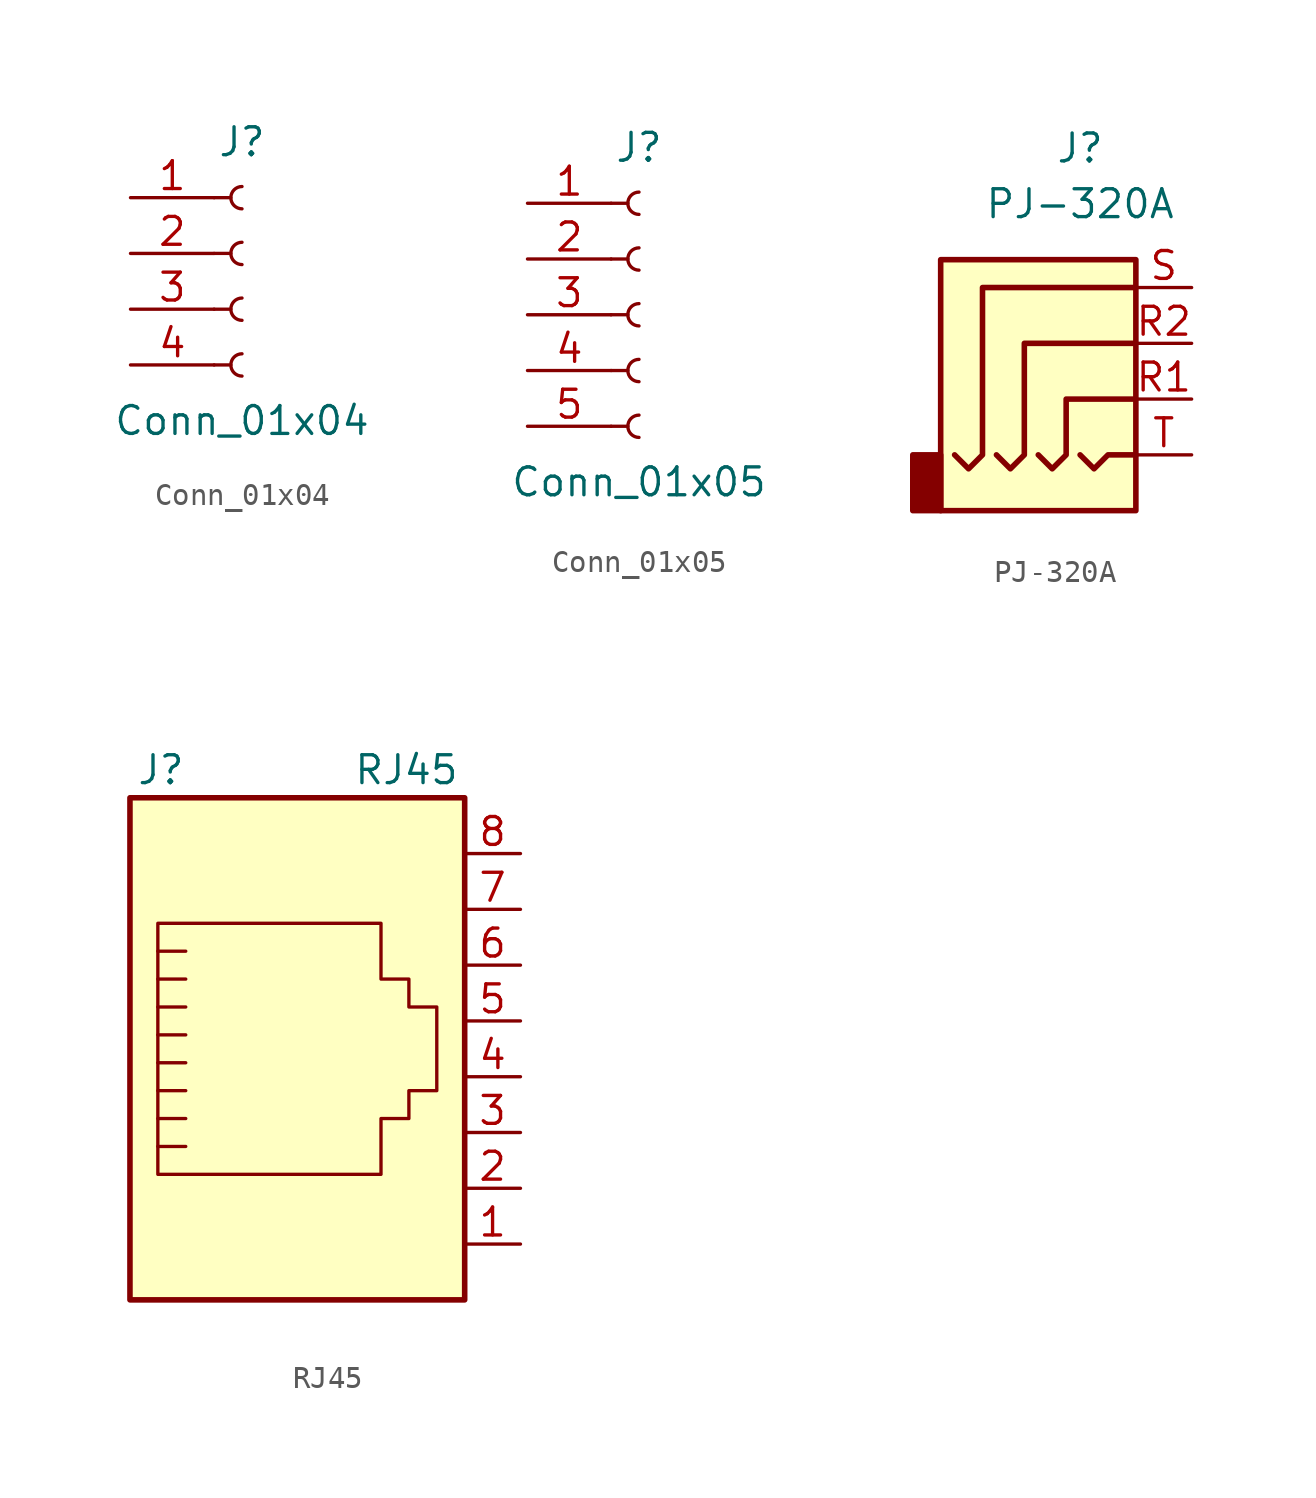
<source format=kicad_sym>
(kicad_symbol_lib
  (version 20241209)
  (generator "kicad_symbol_editor")
  (generator_version "9.0")
  (symbol "Conn_01x04"
    (pin_names
      (offset 1.016)
      (hide yes))
    (property "Reference" "J"
      (at 0 5.08 0)
      (effects (font (size 1.27 1.27))))
    (property "Value" "Conn_01x04"
      (at 0 -7.62 0)
      (effects (font (size 1.27 1.27))))
    (symbol "Conn_01x04_1_1"
      (polyline (pts (xy -1.27 2.54) (xy -0.508 2.54)) (stroke (width 0.152) (type default)) (fill (type none)))
      (polyline (pts (xy -1.27 0) (xy -0.508 0)) (stroke (width 0.152) (type default)) (fill (type none)))
      (polyline (pts (xy -1.27 -2.54) (xy -0.508 -2.54)) (stroke (width 0.152) (type default)) (fill (type none)))
      (polyline (pts (xy -1.27 -5.08) (xy -0.508 -5.08)) (stroke (width 0.152) (type default)) (fill (type none)))
      (arc (start 0 2.032) (mid -0.5058 2.54) (end 0 3.048) (stroke (width 0.1524) (type default)) (fill (type none)))
      (arc (start 0 -0.508) (mid -0.5058 0) (end 0 0.508) (stroke (width 0.1524) (type default)) (fill (type none)))
      (arc (start 0 -3.048) (mid -0.5058 -2.54) (end 0 -2.032) (stroke (width 0.1524) (type default)) (fill (type none)))
      (arc (start 0 -5.588) (mid -0.5058 -5.08) (end 0 -4.572) (stroke (width 0.1524) (type default)) (fill (type none)))
      (pin passive line (at -5.08 2.54 0) (length 3.81) (name "Pin_1" (effects (font (size 1.27 1.27)))) (number "1" (effects (font (size 1.27 1.27)))))
      (pin passive line (at -5.08 0 0) (length 3.81) (name "Pin_2" (effects (font (size 1.27 1.27)))) (number "2" (effects (font (size 1.27 1.27)))))
      (pin passive line (at -5.08 -2.54 0) (length 3.81) (name "Pin_3" (effects (font (size 1.27 1.27)))) (number "3" (effects (font (size 1.27 1.27)))))
      (pin passive line (at -5.08 -5.08 0) (length 3.81) (name "Pin_4" (effects (font (size 1.27 1.27)))) (number "4" (effects (font (size 1.27 1.27)))))))
  (symbol "Conn_01x05"
    (pin_names
      (offset 1.016)
      (hide yes))
    (property "Reference" "J"
      (at 0 7.62 0)
      (effects (font (size 1.27 1.27))))
    (property "Value" "Conn_01x05"
      (at 0 -7.62 0)
      (effects (font (size 1.27 1.27))))
    (symbol "Conn_01x05_1_1"
      (polyline (pts (xy -1.27 5.08) (xy -0.508 5.08)) (stroke (width 0.152) (type default)) (fill (type none)))
      (polyline (pts (xy -1.27 2.54) (xy -0.508 2.54)) (stroke (width 0.152) (type default)) (fill (type none)))
      (polyline (pts (xy -1.27 0) (xy -0.508 0)) (stroke (width 0.152) (type default)) (fill (type none)))
      (polyline (pts (xy -1.27 -2.54) (xy -0.508 -2.54)) (stroke (width 0.152) (type default)) (fill (type none)))
      (polyline (pts (xy -1.27 -5.08) (xy -0.508 -5.08)) (stroke (width 0.152) (type default)) (fill (type none)))
      (arc (start 0 4.572) (mid -0.5058 5.08) (end 0 5.588) (stroke (width 0.1524) (type default)) (fill (type none)))
      (arc (start 0 2.032) (mid -0.5058 2.54) (end 0 3.048) (stroke (width 0.1524) (type default)) (fill (type none)))
      (arc (start 0 -0.508) (mid -0.5058 0) (end 0 0.508) (stroke (width 0.1524) (type default)) (fill (type none)))
      (arc (start 0 -3.048) (mid -0.5058 -2.54) (end 0 -2.032) (stroke (width 0.1524) (type default)) (fill (type none)))
      (arc (start 0 -5.588) (mid -0.5058 -5.08) (end 0 -4.572) (stroke (width 0.1524) (type default)) (fill (type none)))
      (pin passive line (at -5.08 5.08 0) (length 3.81) (name "Pin_1" (effects (font (size 1.27 1.27)))) (number "1" (effects (font (size 1.27 1.27)))))
      (pin passive line (at -5.08 2.54 0) (length 3.81) (name "Pin_2" (effects (font (size 1.27 1.27)))) (number "2" (effects (font (size 1.27 1.27)))))
      (pin passive line (at -5.08 0 0) (length 3.81) (name "Pin_3" (effects (font (size 1.27 1.27)))) (number "3" (effects (font (size 1.27 1.27)))))
      (pin passive line (at -5.08 -2.54 0) (length 3.81) (name "Pin_4" (effects (font (size 1.27 1.27)))) (number "4" (effects (font (size 1.27 1.27)))))
      (pin passive line (at -5.08 -5.08 0) (length 3.81) (name "Pin_5" (effects (font (size 1.27 1.27)))) (number "5" (effects (font (size 1.27 1.27)))))))
  (symbol "PJ-320A"
    (property "Reference" "J"
      (at 0 8.89 0)
      (effects (font (size 1.27 1.27))))
    (property "Value" "PJ-320A"
      (at 0 6.35 0)
      (effects (font (size 1.27 1.27))))
    (symbol "PJ-320A_0_1"
      (rectangle (start -6.35 -5.08) (end -7.62 -7.62) (stroke (width 0.254) (type default)) (fill (type outline)))
      (polyline (pts (xy -5.715 -5.08) (xy -5.08 -5.715) (xy -4.445 -5.08) (xy -4.445 2.54) (xy 2.54 2.54)) (stroke (width 0.254) (type default)) (fill (type none)))
      (polyline (pts (xy -1.905 -5.08) (xy -1.27 -5.715) (xy -0.635 -5.08) (xy -0.635 -2.54) (xy 2.54 -2.54)) (stroke (width 0.254) (type default)) (fill (type none)))
      (polyline (pts (xy 0 -5.08) (xy 0.635 -5.715) (xy 1.27 -5.08) (xy 2.54 -5.08)) (stroke (width 0.254) (type default)) (fill (type none)))
      (rectangle (start 2.54 3.81) (end -6.35 -7.62) (stroke (width 0.254) (type default)) (fill (type background)))
      (polyline (pts (xy 2.54 0) (xy -2.54 0) (xy -2.54 -5.08) (xy -3.175 -5.715) (xy -3.81 -5.08)) (stroke (width 0.254) (type default)) (fill (type none))))
    (symbol "PJ-320A_1_1"
      (pin passive line (at 5.08 2.54 180) (length 2.54) (name "~" (effects (font (size 1.27 1.27)))) (number "S" (effects (font (size 1.27 1.27)))))
      (pin passive line (at 5.08 0 180) (length 2.54) (name "~" (effects (font (size 1.27 1.27)))) (number "R2" (effects (font (size 1.27 1.27)))))
      (pin passive line (at 5.08 -2.54 180) (length 2.54) (name "~" (effects (font (size 1.27 1.27)))) (number "R1" (effects (font (size 1.27 1.27)))))
      (pin passive line (at 5.08 -5.08 180) (length 2.54) (name "~" (effects (font (size 1.27 1.27)))) (number "T" (effects (font (size 1.27 1.27)))))))
  (symbol "RJ45"
    (pin_names
      (offset 1.016))
    (property "Reference" "J"
      (at -5.08 13.97 0)
      (effects (font (size 1.27 1.27)) (justify right)))
    (property "Value" "RJ45"
      (at 2.54 13.97 0)
      (effects (font (size 1.27 1.27)) (justify left)))
    (symbol "RJ45_0_1"
      (polyline (pts (xy -6.35 1.905) (xy -5.08 1.905) (xy -5.08 1.905)) (stroke (width 0) (type default)) (fill (type none)))
      (polyline (pts (xy -6.35 0.635) (xy -5.08 0.635) (xy -5.08 0.635)) (stroke (width 0) (type default)) (fill (type none)))
      (polyline (pts (xy -6.35 -0.635) (xy -5.08 -0.635) (xy -5.08 -0.635)) (stroke (width 0) (type default)) (fill (type none)))
      (polyline (pts (xy -6.35 -1.905) (xy -5.08 -1.905) (xy -5.08 -1.905)) (stroke (width 0) (type default)) (fill (type none)))
      (polyline (pts (xy -6.35 -3.175) (xy -5.08 -3.175) (xy -5.08 -3.175)) (stroke (width 0) (type default)) (fill (type none)))
      (polyline (pts (xy -6.35 -4.445) (xy -6.35 6.985) (xy 3.81 6.985) (xy 3.81 4.445) (xy 5.08 4.445) (xy 5.08 3.175) (xy 6.35 3.175) (xy 6.35 -0.635) (xy 5.08 -0.635) (xy 5.08 -1.905) (xy 3.81 -1.905) (xy 3.81 -4.445) (xy -6.35 -4.445) (xy -6.35 -4.445)) (stroke (width 0) (type default)) (fill (type none)))
      (polyline (pts (xy -5.08 5.715) (xy -6.35 5.715)) (stroke (width 0) (type default)) (fill (type none)))
      (polyline (pts (xy -5.08 4.445) (xy -6.35 4.445)) (stroke (width 0) (type default)) (fill (type none)))
      (polyline (pts (xy -5.08 3.175) (xy -6.35 3.175) (xy -6.35 3.175)) (stroke (width 0) (type default)) (fill (type none)))
      (rectangle (start 7.62 12.7) (end -7.62 -10.16) (stroke (width 0.254) (type default)) (fill (type background))))
    (symbol "RJ45_1_1"
      (pin passive line (at 10.16 10.16 180) (length 2.54) (name "~" (effects (font (size 1.27 1.27)))) (number "8" (effects (font (size 1.27 1.27)))))
      (pin passive line (at 10.16 7.62 180) (length 2.54) (name "~" (effects (font (size 1.27 1.27)))) (number "7" (effects (font (size 1.27 1.27)))))
      (pin passive line (at 10.16 5.08 180) (length 2.54) (name "~" (effects (font (size 1.27 1.27)))) (number "6" (effects (font (size 1.27 1.27)))))
      (pin passive line (at 10.16 2.54 180) (length 2.54) (name "~" (effects (font (size 1.27 1.27)))) (number "5" (effects (font (size 1.27 1.27)))))
      (pin passive line (at 10.16 0 180) (length 2.54) (name "~" (effects (font (size 1.27 1.27)))) (number "4" (effects (font (size 1.27 1.27)))))
      (pin passive line (at 10.16 -2.54 180) (length 2.54) (name "~" (effects (font (size 1.27 1.27)))) (number "3" (effects (font (size 1.27 1.27)))))
      (pin passive line (at 10.16 -5.08 180) (length 2.54) (name "~" (effects (font (size 1.27 1.27)))) (number "2" (effects (font (size 1.27 1.27)))))
      (pin passive line (at 10.16 -7.62 180) (length 2.54) (name "~" (effects (font (size 1.27 1.27)))) (number "1" (effects (font (size 1.27 1.27))))))))
</source>
